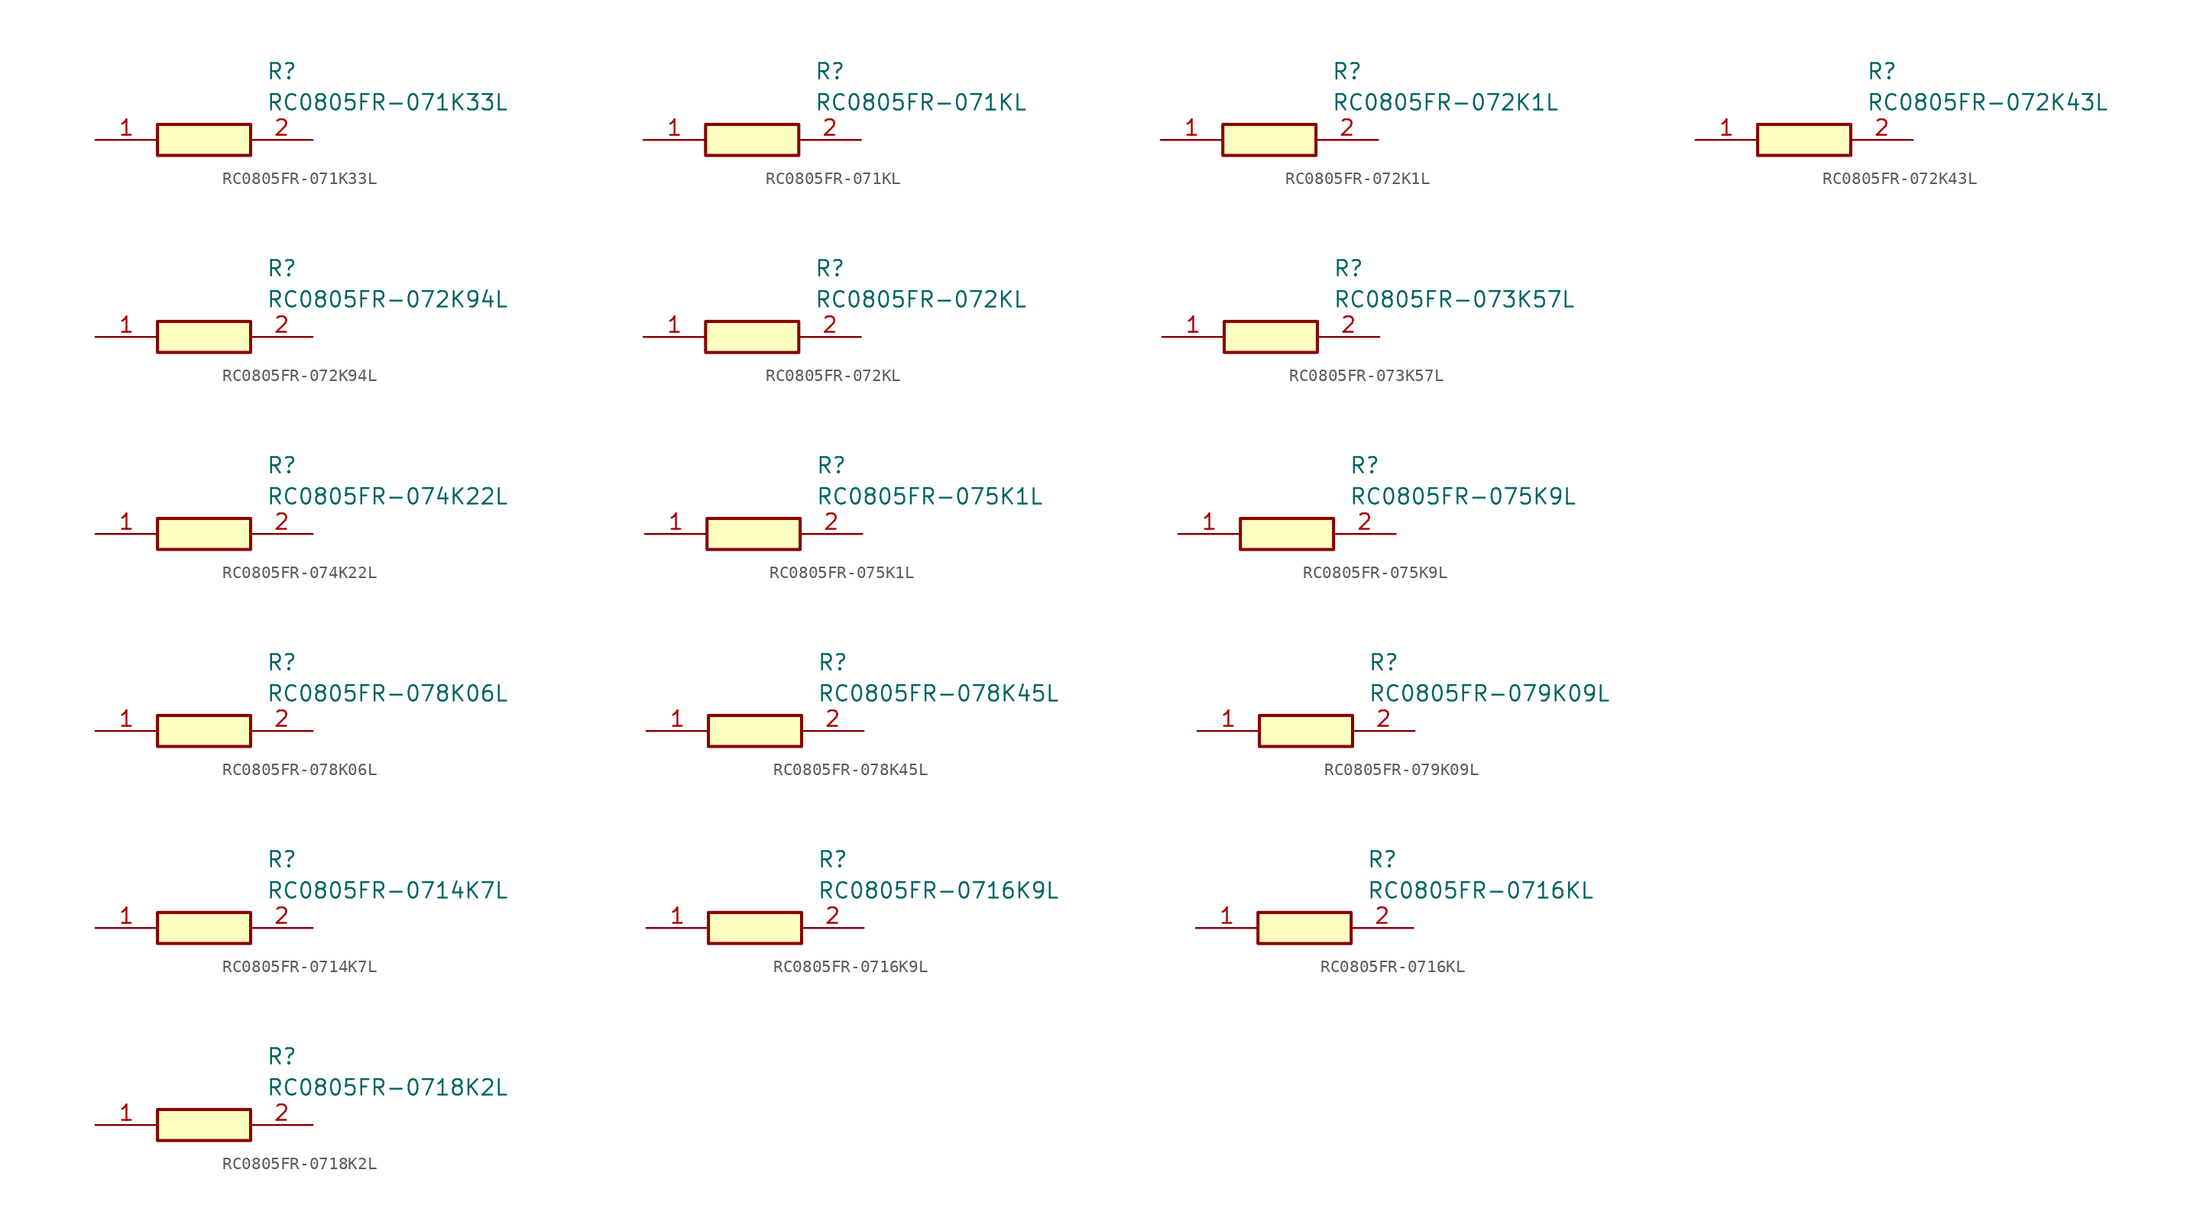
<source format=kicad_sym>
(kicad_symbol_lib
  (version 20231120)
  (generator "kicad_symbol_editor")
  (generator_version "8.0")
  (symbol "RC0805FR-071K33L"
    (pin_names hide)
    (property "Reference" "R"
      (at 13.97 6.35 0)
      (effects (font (size 1.27 1.27)) (justify left top)))
    (property "Value" "RC0805FR-071K33L"
      (at 13.97 3.81 0)
      (effects (font (size 1.27 1.27)) (justify left top)))
    (symbol "RC0805FR-071K33L_1_1"
      (rectangle (start 5.08 1.27) (end 12.7 -1.27) (stroke (width 0.254) (type default)) (fill (type background)))
      (pin passive line (at 0 0 0) (length 5.08) (name "1" (effects (font (size 1.27 1.27)))) (number "1" (effects (font (size 1.27 1.27)))))
      (pin passive line (at 17.78 0 180) (length 5.08) (name "2" (effects (font (size 1.27 1.27)))) (number "2" (effects (font (size 1.27 1.27)))))))
  (symbol "RC0805FR-071KL"
    (pin_names hide)
    (property "Reference" "R"
      (at 13.97 6.35 0)
      (effects (font (size 1.27 1.27)) (justify left top)))
    (property "Value" "RC0805FR-071KL"
      (at 13.97 3.81 0)
      (effects (font (size 1.27 1.27)) (justify left top)))
    (symbol "RC0805FR-071KL_1_1"
      (rectangle (start 5.08 1.27) (end 12.7 -1.27) (stroke (width 0.254) (type default)) (fill (type background)))
      (pin passive line (at 0 0 0) (length 5.08) (name "1" (effects (font (size 1.27 1.27)))) (number "1" (effects (font (size 1.27 1.27)))))
      (pin passive line (at 17.78 0 180) (length 5.08) (name "2" (effects (font (size 1.27 1.27)))) (number "2" (effects (font (size 1.27 1.27)))))))
  (symbol "RC0805FR-072K1L"
    (pin_names hide)
    (property "Reference" "R"
      (at 13.97 6.35 0)
      (effects (font (size 1.27 1.27)) (justify left top)))
    (property "Value" "RC0805FR-072K1L"
      (at 13.97 3.81 0)
      (effects (font (size 1.27 1.27)) (justify left top)))
    (symbol "RC0805FR-072K1L_1_1"
      (rectangle (start 5.08 1.27) (end 12.7 -1.27) (stroke (width 0.254) (type default)) (fill (type background)))
      (pin passive line (at 0 0 0) (length 5.08) (name "1" (effects (font (size 1.27 1.27)))) (number "1" (effects (font (size 1.27 1.27)))))
      (pin passive line (at 17.78 0 180) (length 5.08) (name "2" (effects (font (size 1.27 1.27)))) (number "2" (effects (font (size 1.27 1.27)))))))
  (symbol "RC0805FR-072K43L"
    (pin_names hide)
    (property "Reference" "R"
      (at 13.97 6.35 0)
      (effects (font (size 1.27 1.27)) (justify left top)))
    (property "Value" "RC0805FR-072K43L"
      (at 13.97 3.81 0)
      (effects (font (size 1.27 1.27)) (justify left top)))
    (symbol "RC0805FR-072K43L_1_1"
      (rectangle (start 5.08 1.27) (end 12.7 -1.27) (stroke (width 0.254) (type default)) (fill (type background)))
      (pin passive line (at 0 0 0) (length 5.08) (name "1" (effects (font (size 1.27 1.27)))) (number "1" (effects (font (size 1.27 1.27)))))
      (pin passive line (at 17.78 0 180) (length 5.08) (name "2" (effects (font (size 1.27 1.27)))) (number "2" (effects (font (size 1.27 1.27)))))))
  (symbol "RC0805FR-072K94L"
    (pin_names hide)
    (property "Reference" "R"
      (at 13.97 6.35 0)
      (effects (font (size 1.27 1.27)) (justify left top)))
    (property "Value" "RC0805FR-072K94L"
      (at 13.97 3.81 0)
      (effects (font (size 1.27 1.27)) (justify left top)))
    (symbol "RC0805FR-072K94L_1_1"
      (rectangle (start 5.08 1.27) (end 12.7 -1.27) (stroke (width 0.254) (type default)) (fill (type background)))
      (pin passive line (at 0 0 0) (length 5.08) (name "1" (effects (font (size 1.27 1.27)))) (number "1" (effects (font (size 1.27 1.27)))))
      (pin passive line (at 17.78 0 180) (length 5.08) (name "2" (effects (font (size 1.27 1.27)))) (number "2" (effects (font (size 1.27 1.27)))))))
  (symbol "RC0805FR-072KL"
    (pin_names hide)
    (property "Reference" "R"
      (at 13.97 6.35 0)
      (effects (font (size 1.27 1.27)) (justify left top)))
    (property "Value" "RC0805FR-072KL"
      (at 13.97 3.81 0)
      (effects (font (size 1.27 1.27)) (justify left top)))
    (symbol "RC0805FR-072KL_1_1"
      (rectangle (start 5.08 1.27) (end 12.7 -1.27) (stroke (width 0.254) (type default)) (fill (type background)))
      (pin passive line (at 0 0 0) (length 5.08) (name "1" (effects (font (size 1.27 1.27)))) (number "1" (effects (font (size 1.27 1.27)))))
      (pin passive line (at 17.78 0 180) (length 5.08) (name "2" (effects (font (size 1.27 1.27)))) (number "2" (effects (font (size 1.27 1.27)))))))
  (symbol "RC0805FR-073K57L"
    (pin_names hide)
    (property "Reference" "R"
      (at 13.97 6.35 0)
      (effects (font (size 1.27 1.27)) (justify left top)))
    (property "Value" "RC0805FR-073K57L"
      (at 13.97 3.81 0)
      (effects (font (size 1.27 1.27)) (justify left top)))
    (symbol "RC0805FR-073K57L_1_1"
      (rectangle (start 5.08 1.27) (end 12.7 -1.27) (stroke (width 0.254) (type default)) (fill (type background)))
      (pin passive line (at 0 0 0) (length 5.08) (name "1" (effects (font (size 1.27 1.27)))) (number "1" (effects (font (size 1.27 1.27)))))
      (pin passive line (at 17.78 0 180) (length 5.08) (name "2" (effects (font (size 1.27 1.27)))) (number "2" (effects (font (size 1.27 1.27)))))))
  (symbol "RC0805FR-074K22L"
    (pin_names hide)
    (property "Reference" "R"
      (at 13.97 6.35 0)
      (effects (font (size 1.27 1.27)) (justify left top)))
    (property "Value" "RC0805FR-074K22L"
      (at 13.97 3.81 0)
      (effects (font (size 1.27 1.27)) (justify left top)))
    (symbol "RC0805FR-074K22L_1_1"
      (rectangle (start 5.08 1.27) (end 12.7 -1.27) (stroke (width 0.254) (type default)) (fill (type background)))
      (pin passive line (at 0 0 0) (length 5.08) (name "1" (effects (font (size 1.27 1.27)))) (number "1" (effects (font (size 1.27 1.27)))))
      (pin passive line (at 17.78 0 180) (length 5.08) (name "2" (effects (font (size 1.27 1.27)))) (number "2" (effects (font (size 1.27 1.27)))))))
  (symbol "RC0805FR-075K1L"
    (pin_names hide)
    (property "Reference" "R"
      (at 13.97 6.35 0)
      (effects (font (size 1.27 1.27)) (justify left top)))
    (property "Value" "RC0805FR-075K1L"
      (at 13.97 3.81 0)
      (effects (font (size 1.27 1.27)) (justify left top)))
    (symbol "RC0805FR-075K1L_1_1"
      (rectangle (start 5.08 1.27) (end 12.7 -1.27) (stroke (width 0.254) (type default)) (fill (type background)))
      (pin passive line (at 0 0 0) (length 5.08) (name "1" (effects (font (size 1.27 1.27)))) (number "1" (effects (font (size 1.27 1.27)))))
      (pin passive line (at 17.78 0 180) (length 5.08) (name "2" (effects (font (size 1.27 1.27)))) (number "2" (effects (font (size 1.27 1.27)))))))
  (symbol "RC0805FR-075K9L"
    (pin_names hide)
    (property "Reference" "R"
      (at 13.97 6.35 0)
      (effects (font (size 1.27 1.27)) (justify left top)))
    (property "Value" "RC0805FR-075K9L"
      (at 13.97 3.81 0)
      (effects (font (size 1.27 1.27)) (justify left top)))
    (symbol "RC0805FR-075K9L_1_1"
      (rectangle (start 5.08 1.27) (end 12.7 -1.27) (stroke (width 0.254) (type default)) (fill (type background)))
      (pin passive line (at 0 0 0) (length 5.08) (name "1" (effects (font (size 1.27 1.27)))) (number "1" (effects (font (size 1.27 1.27)))))
      (pin passive line (at 17.78 0 180) (length 5.08) (name "2" (effects (font (size 1.27 1.27)))) (number "2" (effects (font (size 1.27 1.27)))))))
  (symbol "RC0805FR-078K06L"
    (pin_names hide)
    (property "Reference" "R"
      (at 13.97 6.35 0)
      (effects (font (size 1.27 1.27)) (justify left top)))
    (property "Value" "RC0805FR-078K06L"
      (at 13.97 3.81 0)
      (effects (font (size 1.27 1.27)) (justify left top)))
    (symbol "RC0805FR-078K06L_1_1"
      (rectangle (start 5.08 1.27) (end 12.7 -1.27) (stroke (width 0.254) (type default)) (fill (type background)))
      (pin passive line (at 0 0 0) (length 5.08) (name "1" (effects (font (size 1.27 1.27)))) (number "1" (effects (font (size 1.27 1.27)))))
      (pin passive line (at 17.78 0 180) (length 5.08) (name "2" (effects (font (size 1.27 1.27)))) (number "2" (effects (font (size 1.27 1.27)))))))
  (symbol "RC0805FR-078K45L"
    (pin_names hide)
    (property "Reference" "R"
      (at 13.97 6.35 0)
      (effects (font (size 1.27 1.27)) (justify left top)))
    (property "Value" "RC0805FR-078K45L"
      (at 13.97 3.81 0)
      (effects (font (size 1.27 1.27)) (justify left top)))
    (symbol "RC0805FR-078K45L_1_1"
      (rectangle (start 5.08 1.27) (end 12.7 -1.27) (stroke (width 0.254) (type default)) (fill (type background)))
      (pin passive line (at 0 0 0) (length 5.08) (name "1" (effects (font (size 1.27 1.27)))) (number "1" (effects (font (size 1.27 1.27)))))
      (pin passive line (at 17.78 0 180) (length 5.08) (name "2" (effects (font (size 1.27 1.27)))) (number "2" (effects (font (size 1.27 1.27)))))))
  (symbol "RC0805FR-079K09L"
    (pin_names hide)
    (property "Reference" "R"
      (at 13.97 6.35 0)
      (effects (font (size 1.27 1.27)) (justify left top)))
    (property "Value" "RC0805FR-079K09L"
      (at 13.97 3.81 0)
      (effects (font (size 1.27 1.27)) (justify left top)))
    (symbol "RC0805FR-079K09L_1_1"
      (rectangle (start 5.08 1.27) (end 12.7 -1.27) (stroke (width 0.254) (type default)) (fill (type background)))
      (pin passive line (at 0 0 0) (length 5.08) (name "1" (effects (font (size 1.27 1.27)))) (number "1" (effects (font (size 1.27 1.27)))))
      (pin passive line (at 17.78 0 180) (length 5.08) (name "2" (effects (font (size 1.27 1.27)))) (number "2" (effects (font (size 1.27 1.27)))))))
  (symbol "RC0805FR-0714K7L"
    (pin_names hide)
    (property "Reference" "R"
      (at 13.97 6.35 0)
      (effects (font (size 1.27 1.27)) (justify left top)))
    (property "Value" "RC0805FR-0714K7L"
      (at 13.97 3.81 0)
      (effects (font (size 1.27 1.27)) (justify left top)))
    (symbol "RC0805FR-0714K7L_1_1"
      (rectangle (start 5.08 1.27) (end 12.7 -1.27) (stroke (width 0.254) (type default)) (fill (type background)))
      (pin passive line (at 0 0 0) (length 5.08) (name "1" (effects (font (size 1.27 1.27)))) (number "1" (effects (font (size 1.27 1.27)))))
      (pin passive line (at 17.78 0 180) (length 5.08) (name "2" (effects (font (size 1.27 1.27)))) (number "2" (effects (font (size 1.27 1.27)))))))
  (symbol "RC0805FR-0716K9L"
    (pin_names hide)
    (property "Reference" "R"
      (at 13.97 6.35 0)
      (effects (font (size 1.27 1.27)) (justify left top)))
    (property "Value" "RC0805FR-0716K9L"
      (at 13.97 3.81 0)
      (effects (font (size 1.27 1.27)) (justify left top)))
    (symbol "RC0805FR-0716K9L_1_1"
      (rectangle (start 5.08 1.27) (end 12.7 -1.27) (stroke (width 0.254) (type default)) (fill (type background)))
      (pin passive line (at 0 0 0) (length 5.08) (name "1" (effects (font (size 1.27 1.27)))) (number "1" (effects (font (size 1.27 1.27)))))
      (pin passive line (at 17.78 0 180) (length 5.08) (name "2" (effects (font (size 1.27 1.27)))) (number "2" (effects (font (size 1.27 1.27)))))))
  (symbol "RC0805FR-0716KL"
    (pin_names hide)
    (property "Reference" "R"
      (at 13.97 6.35 0)
      (effects (font (size 1.27 1.27)) (justify left top)))
    (property "Value" "RC0805FR-0716KL"
      (at 13.97 3.81 0)
      (effects (font (size 1.27 1.27)) (justify left top)))
    (symbol "RC0805FR-0716KL_1_1"
      (rectangle (start 5.08 1.27) (end 12.7 -1.27) (stroke (width 0.254) (type default)) (fill (type background)))
      (pin passive line (at 0 0 0) (length 5.08) (name "1" (effects (font (size 1.27 1.27)))) (number "1" (effects (font (size 1.27 1.27)))))
      (pin passive line (at 17.78 0 180) (length 5.08) (name "2" (effects (font (size 1.27 1.27)))) (number "2" (effects (font (size 1.27 1.27)))))))
  (symbol "RC0805FR-0718K2L"
    (pin_names hide)
    (property "Reference" "R"
      (at 13.97 6.35 0)
      (effects (font (size 1.27 1.27)) (justify left top)))
    (property "Value" "RC0805FR-0718K2L"
      (at 13.97 3.81 0)
      (effects (font (size 1.27 1.27)) (justify left top)))
    (symbol "RC0805FR-0718K2L_1_1"
      (rectangle (start 5.08 1.27) (end 12.7 -1.27) (stroke (width 0.254) (type default)) (fill (type background)))
      (pin passive line (at 0 0 0) (length 5.08) (name "1" (effects (font (size 1.27 1.27)))) (number "1" (effects (font (size 1.27 1.27)))))
      (pin passive line (at 17.78 0 180) (length 5.08) (name "2" (effects (font (size 1.27 1.27)))) (number "2" (effects (font (size 1.27 1.27))))))))
</source>
